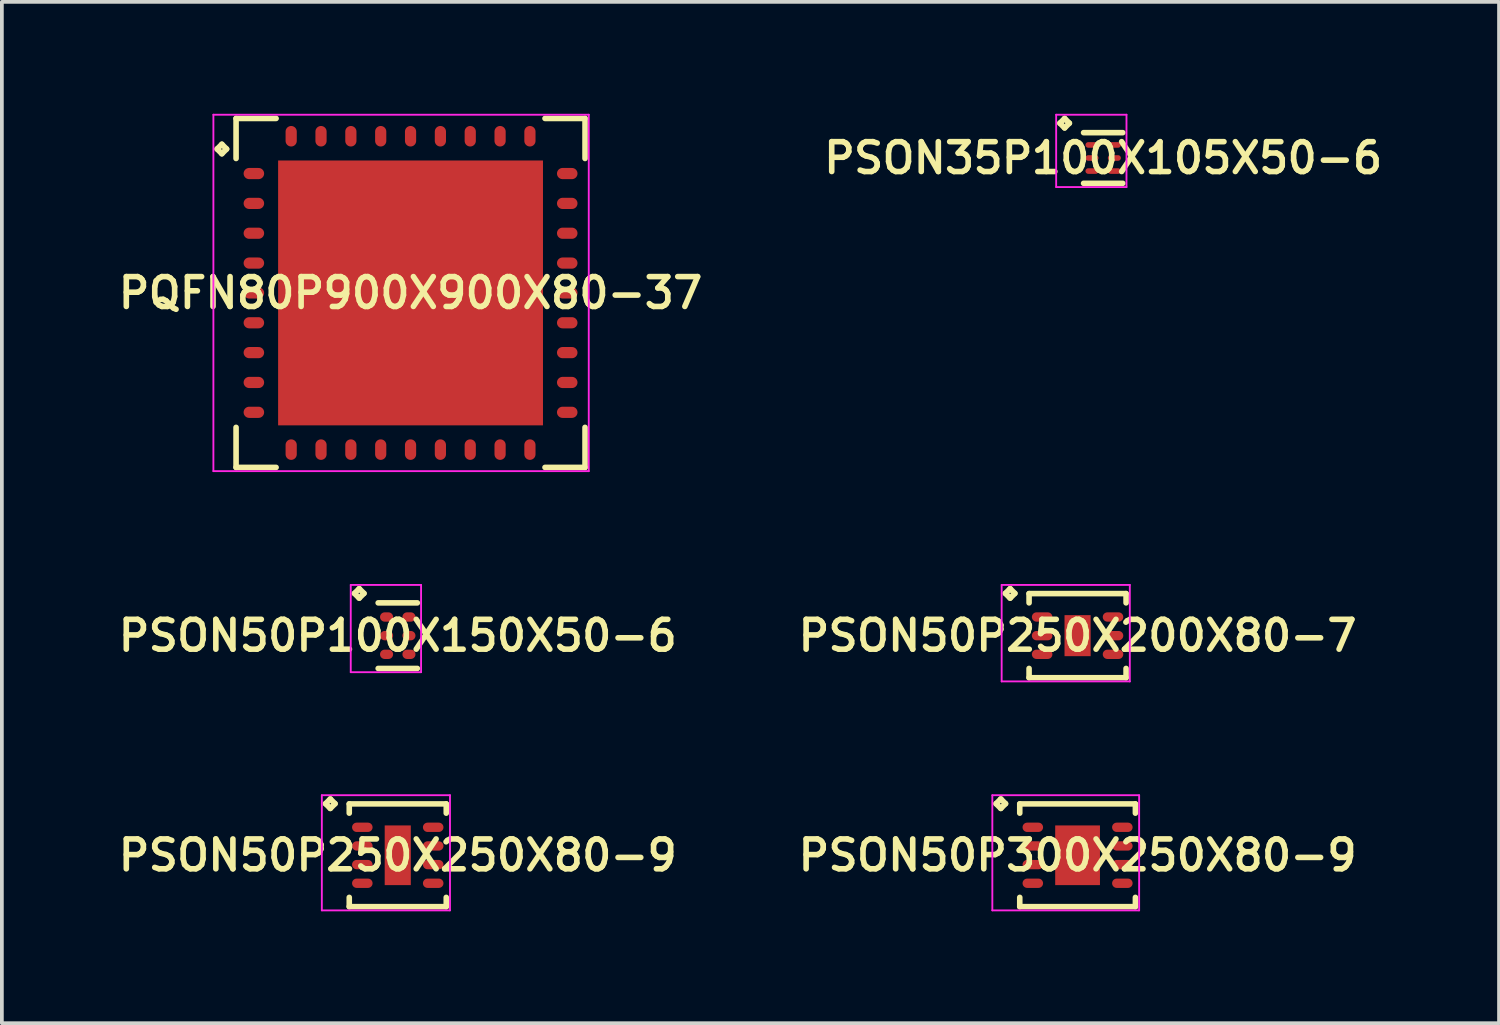
<source format=kicad_pcb>
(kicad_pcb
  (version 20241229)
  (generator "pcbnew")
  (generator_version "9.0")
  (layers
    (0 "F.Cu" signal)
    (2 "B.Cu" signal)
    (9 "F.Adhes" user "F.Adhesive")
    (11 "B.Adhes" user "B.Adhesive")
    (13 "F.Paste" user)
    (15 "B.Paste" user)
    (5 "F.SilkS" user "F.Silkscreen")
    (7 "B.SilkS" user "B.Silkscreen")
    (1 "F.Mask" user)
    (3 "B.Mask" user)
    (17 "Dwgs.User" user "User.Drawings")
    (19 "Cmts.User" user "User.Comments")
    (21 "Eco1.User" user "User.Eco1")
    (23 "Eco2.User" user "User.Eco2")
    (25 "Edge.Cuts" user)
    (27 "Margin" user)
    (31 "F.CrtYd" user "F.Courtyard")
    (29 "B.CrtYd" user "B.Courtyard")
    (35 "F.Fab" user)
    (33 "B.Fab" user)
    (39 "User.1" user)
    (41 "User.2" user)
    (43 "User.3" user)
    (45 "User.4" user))
  (footprint "PSON50P250X250X80-9"
    (layer "F.Cu")
    (at 7.612 19.876)
    (property "Reference" "PSON50P250X250X80-9" (at 0 0 0) (layer "F.SilkS") (effects (font (size 0.8 0.8) (thickness 0.15))))
    (attr smd)
    (fp_line (start -1.935 -1.383) (end -1.808 -1.51) (stroke (width 0.15) (type solid)) (layer "F.SilkS"))
    (fp_line (start -1.808 -1.51) (end -1.681 -1.383) (stroke (width 0.15) (type solid)) (layer "F.SilkS"))
    (fp_line (start -1.808 -1.256) (end -1.935 -1.383) (stroke (width 0.15) (type solid)) (layer "F.SilkS"))
    (fp_line (start -1.681 -1.383) (end -1.808 -1.256) (stroke (width 0.15) (type solid)) (layer "F.SilkS"))
    (fp_line (start -1.3 -1.377) (end 1.3 -1.377) (stroke (width 0.15) (type solid)) (layer "F.SilkS"))
    (fp_line (start -1.3 -1.129) (end -1.3 -1.377) (stroke (width 0.15) (type solid)) (layer "F.SilkS"))
    (fp_line (start -1.3 1.129) (end -1.3 1.377) (stroke (width 0.15) (type solid)) (layer "F.SilkS"))
    (fp_line (start -1.3 1.377) (end 1.3 1.377) (stroke (width 0.15) (type solid)) (layer "F.SilkS"))
    (fp_line (start 1.3 -1.377) (end 1.3 -1.129) (stroke (width 0.15) (type solid)) (layer "F.SilkS"))
    (fp_line (start 1.3 1.377) (end 1.3 1.129) (stroke (width 0.15) (type solid)) (layer "F.SilkS"))
    (fp_line (start -2.035 -1.61) (end 1.4 -1.61) (stroke (width 0.05) (type solid)) (layer "F.CrtYd"))
    (fp_line (start -2.035 1.477) (end -2.035 -1.61) (stroke (width 0.05) (type solid)) (layer "F.CrtYd"))
    (fp_line (start 1.4 -1.61) (end 1.4 1.477) (stroke (width 0.05) (type solid)) (layer "F.CrtYd"))
    (fp_line (start 1.4 1.477) (end -2.035 1.477) (stroke (width 0.05) (type solid)) (layer "F.CrtYd"))
    (pad "1" smd oval (at -0.95 -0.75) (size 0.55 0.25) (layers "F.Cu" "F.Mask" "F.Paste"))
    (pad "2" smd oval (at -0.95 -0.25) (size 0.55 0.25) (layers "F.Cu" "F.Mask" "F.Paste"))
    (pad "3" smd oval (at -0.95 0.25) (size 0.55 0.25) (layers "F.Cu" "F.Mask" "F.Paste"))
    (pad "4" smd oval (at -0.95 0.75) (size 0.55 0.25) (layers "F.Cu" "F.Mask" "F.Paste"))
    (pad "5" smd oval (at 0.95 0.75) (size 0.55 0.25) (layers "F.Cu" "F.Mask" "F.Paste"))
    (pad "6" smd oval (at 0.95 0.25) (size 0.55 0.25) (layers "F.Cu" "F.Mask" "F.Paste"))
    (pad "7" smd oval (at 0.95 -0.25) (size 0.55 0.25) (layers "F.Cu" "F.Mask" "F.Paste"))
    (pad "8" smd oval (at 0.95 -0.75) (size 0.55 0.25) (layers "F.Cu" "F.Mask" "F.Paste"))
    (pad "9" smd rect (at 0 0) (size 0.7 1.6) (layers "F.Cu" "F.Mask" "F.Paste")))
  (footprint "PSON50P100X150X50-6"
    (layer "F.Cu")
    (at 7.612 13.989)
    (property "Reference" "PSON50P100X150X50-6" (at 0 0 0) (layer "F.SilkS") (effects (font (size 0.8 0.8) (thickness 0.15))))
    (attr smd)
    (fp_line (start -1.16 -1.133) (end -1.033 -1.26) (stroke (width 0.15) (type solid)) (layer "F.SilkS"))
    (fp_line (start -1.033 -1.26) (end -0.906 -1.133) (stroke (width 0.15) (type solid)) (layer "F.SilkS"))
    (fp_line (start -1.033 -1.006) (end -1.16 -1.133) (stroke (width 0.15) (type solid)) (layer "F.SilkS"))
    (fp_line (start -0.906 -1.133) (end -1.033 -1.006) (stroke (width 0.15) (type solid)) (layer "F.SilkS"))
    (fp_line (start -0.525 -0.879) (end 0.525 -0.879) (stroke (width 0.15) (type solid)) (layer "F.SilkS"))
    (fp_line (start -0.525 0.879) (end 0.525 0.879) (stroke (width 0.15) (type solid)) (layer "F.SilkS"))
    (fp_line (start -1.26 -1.36) (end 0.625 -1.36) (stroke (width 0.05) (type solid)) (layer "F.CrtYd"))
    (fp_line (start -1.26 0.979) (end -1.26 -1.36) (stroke (width 0.05) (type solid)) (layer "F.CrtYd"))
    (fp_line (start 0.625 -1.36) (end 0.625 0.979) (stroke (width 0.05) (type solid)) (layer "F.CrtYd"))
    (fp_line (start 0.625 0.979) (end -1.26 0.979) (stroke (width 0.05) (type solid)) (layer "F.CrtYd"))
    (pad "1" smd oval (at -0.3 -0.5) (size 0.35 0.25) (layers "F.Cu" "F.Mask" "F.Paste"))
    (pad "2" smd oval (at -0.3 0) (size 0.35 0.25) (layers "F.Cu" "F.Mask" "F.Paste"))
    (pad "3" smd oval (at -0.3 0.5) (size 0.35 0.25) (layers "F.Cu" "F.Mask" "F.Paste"))
    (pad "4" smd oval (at 0.3 0.5) (size 0.35 0.25) (layers "F.Cu" "F.Mask" "F.Paste"))
    (pad "5" smd oval (at 0.3 0) (size 0.35 0.25) (layers "F.Cu" "F.Mask" "F.Paste"))
    (pad "6" smd oval (at 0.3 -0.5) (size 0.35 0.25) (layers "F.Cu" "F.Mask" "F.Paste")))
  (footprint "PSON50P250X200X80-7"
    (layer "F.Cu")
    (at 25.835 13.989)
    (property "Reference" "PSON50P250X200X80-7" (at 0 0 0) (layer "F.SilkS") (effects (font (size 0.8 0.8) (thickness 0.15))))
    (attr smd)
    (fp_line (start -1.935 -1.133) (end -1.808 -1.26) (stroke (width 0.15) (type solid)) (layer "F.SilkS"))
    (fp_line (start -1.808 -1.26) (end -1.681 -1.133) (stroke (width 0.15) (type solid)) (layer "F.SilkS"))
    (fp_line (start -1.808 -1.006) (end -1.935 -1.133) (stroke (width 0.15) (type solid)) (layer "F.SilkS"))
    (fp_line (start -1.681 -1.133) (end -1.808 -1.006) (stroke (width 0.15) (type solid)) (layer "F.SilkS"))
    (fp_line (start -1.3 -1.127) (end 1.3 -1.127) (stroke (width 0.15) (type solid)) (layer "F.SilkS"))
    (fp_line (start -1.3 -0.879) (end -1.3 -1.127) (stroke (width 0.15) (type solid)) (layer "F.SilkS"))
    (fp_line (start -1.3 0.879) (end -1.3 1.127) (stroke (width 0.15) (type solid)) (layer "F.SilkS"))
    (fp_line (start -1.3 1.127) (end 1.3 1.127) (stroke (width 0.15) (type solid)) (layer "F.SilkS"))
    (fp_line (start 1.3 -1.127) (end 1.3 -0.879) (stroke (width 0.15) (type solid)) (layer "F.SilkS"))
    (fp_line (start 1.3 1.127) (end 1.3 0.879) (stroke (width 0.15) (type solid)) (layer "F.SilkS"))
    (fp_line (start -2.035 -1.36) (end 1.4 -1.36) (stroke (width 0.05) (type solid)) (layer "F.CrtYd"))
    (fp_line (start -2.035 1.227) (end -2.035 -1.36) (stroke (width 0.05) (type solid)) (layer "F.CrtYd"))
    (fp_line (start 1.4 -1.36) (end 1.4 1.227) (stroke (width 0.05) (type solid)) (layer "F.CrtYd"))
    (fp_line (start 1.4 1.227) (end -2.035 1.227) (stroke (width 0.05) (type solid)) (layer "F.CrtYd"))
    (pad "1" smd oval (at -0.95 -0.5) (size 0.55 0.25) (layers "F.Cu" "F.Mask" "F.Paste"))
    (pad "2" smd oval (at -0.95 0) (size 0.55 0.25) (layers "F.Cu" "F.Mask" "F.Paste"))
    (pad "3" smd oval (at -0.95 0.5) (size 0.55 0.25) (layers "F.Cu" "F.Mask" "F.Paste"))
    (pad "4" smd oval (at 0.95 0.5) (size 0.55 0.25) (layers "F.Cu" "F.Mask" "F.Paste"))
    (pad "5" smd oval (at 0.95 0) (size 0.55 0.25) (layers "F.Cu" "F.Mask" "F.Paste"))
    (pad "6" smd oval (at 0.95 -0.5) (size 0.55 0.25) (layers "F.Cu" "F.Mask" "F.Paste"))
    (pad "7" smd rect (at 0 0) (size 0.7 1.1) (layers "F.Cu" "F.Mask" "F.Paste")))
  (footprint "PQFN80P900X900X80-37"
    (layer "F.Cu")
    (at 7.955 4.802)
    (property "Reference" "PQFN80P900X900X80-37" (at 0 0 0) (layer "F.SilkS") (effects (font (size 0.8 0.8) (thickness 0.15))))
    (attr smd)
    (fp_line (start -5.185 -3.858) (end -5.058 -3.985) (stroke (width 0.15) (type solid)) (layer "F.SilkS"))
    (fp_line (start -5.058 -3.985) (end -4.931 -3.858) (stroke (width 0.15) (type solid)) (layer "F.SilkS"))
    (fp_line (start -5.058 -3.731) (end -5.185 -3.858) (stroke (width 0.15) (type solid)) (layer "F.SilkS"))
    (fp_line (start -4.931 -3.858) (end -5.058 -3.731) (stroke (width 0.15) (type solid)) (layer "F.SilkS"))
    (fp_line (start -4.677 -4.677) (end -3.604 -4.677) (stroke (width 0.15) (type solid)) (layer "F.SilkS"))
    (fp_line (start -4.677 -3.604) (end -4.677 -4.677) (stroke (width 0.15) (type solid)) (layer "F.SilkS"))
    (fp_line (start -4.677 3.604) (end -4.677 4.677) (stroke (width 0.15) (type solid)) (layer "F.SilkS"))
    (fp_line (start -4.677 4.677) (end -3.604 4.677) (stroke (width 0.15) (type solid)) (layer "F.SilkS"))
    (fp_line (start 3.604 -4.677) (end 4.677 -4.677) (stroke (width 0.15) (type solid)) (layer "F.SilkS"))
    (fp_line (start 3.604 4.677) (end 4.677 4.677) (stroke (width 0.15) (type solid)) (layer "F.SilkS"))
    (fp_line (start 4.677 -4.677) (end 4.677 -3.604) (stroke (width 0.15) (type solid)) (layer "F.SilkS"))
    (fp_line (start 4.677 4.677) (end 4.677 3.604) (stroke (width 0.15) (type solid)) (layer "F.SilkS"))
    (fp_line (start -5.285 -4.777) (end 4.777 -4.777) (stroke (width 0.05) (type solid)) (layer "F.CrtYd"))
    (fp_line (start -5.285 4.777) (end -5.285 -4.777) (stroke (width 0.05) (type solid)) (layer "F.CrtYd"))
    (fp_line (start 4.777 -4.777) (end 4.777 4.777) (stroke (width 0.05) (type solid)) (layer "F.CrtYd"))
    (fp_line (start 4.777 4.777) (end -5.285 4.777) (stroke (width 0.05) (type solid)) (layer "F.CrtYd"))
    (pad "1" smd oval (at -4.2 -3.2) (size 0.55 0.3) (layers "F.Cu" "F.Mask" "F.Paste"))
    (pad "2" smd oval (at -4.2 -2.4) (size 0.55 0.3) (layers "F.Cu" "F.Mask" "F.Paste"))
    (pad "3" smd oval (at -4.2 -1.6) (size 0.55 0.3) (layers "F.Cu" "F.Mask" "F.Paste"))
    (pad "4" smd oval (at -4.2 -0.8) (size 0.55 0.3) (layers "F.Cu" "F.Mask" "F.Paste"))
    (pad "5" smd oval (at -4.2 0) (size 0.55 0.3) (layers "F.Cu" "F.Mask" "F.Paste"))
    (pad "6" smd oval (at -4.2 0.8) (size 0.55 0.3) (layers "F.Cu" "F.Mask" "F.Paste"))
    (pad "7" smd oval (at -4.2 1.6) (size 0.55 0.3) (layers "F.Cu" "F.Mask" "F.Paste"))
    (pad "8" smd oval (at -4.2 2.4) (size 0.55 0.3) (layers "F.Cu" "F.Mask" "F.Paste"))
    (pad "9" smd oval (at -4.2 3.2) (size 0.55 0.3) (layers "F.Cu" "F.Mask" "F.Paste"))
    (pad "10" smd oval (at -3.2 4.2) (size 0.3 0.55) (layers "F.Cu" "F.Mask" "F.Paste"))
    (pad "11" smd oval (at -2.4 4.2) (size 0.3 0.55) (layers "F.Cu" "F.Mask" "F.Paste"))
    (pad "12" smd oval (at -1.6 4.2) (size 0.3 0.55) (layers "F.Cu" "F.Mask" "F.Paste"))
    (pad "13" smd oval (at -0.8 4.2) (size 0.3 0.55) (layers "F.Cu" "F.Mask" "F.Paste"))
    (pad "14" smd oval (at 0 4.2) (size 0.3 0.55) (layers "F.Cu" "F.Mask" "F.Paste"))
    (pad "15" smd oval (at 0.8 4.2) (size 0.3 0.55) (layers "F.Cu" "F.Mask" "F.Paste"))
    (pad "16" smd oval (at 1.6 4.2) (size 0.3 0.55) (layers "F.Cu" "F.Mask" "F.Paste"))
    (pad "17" smd oval (at 2.4 4.2) (size 0.3 0.55) (layers "F.Cu" "F.Mask" "F.Paste"))
    (pad "18" smd oval (at 3.2 4.2) (size 0.3 0.55) (layers "F.Cu" "F.Mask" "F.Paste"))
    (pad "19" smd oval (at 4.2 3.2) (size 0.55 0.3) (layers "F.Cu" "F.Mask" "F.Paste"))
    (pad "20" smd oval (at 4.2 2.4) (size 0.55 0.3) (layers "F.Cu" "F.Mask" "F.Paste"))
    (pad "21" smd oval (at 4.2 1.6) (size 0.55 0.3) (layers "F.Cu" "F.Mask" "F.Paste"))
    (pad "22" smd oval (at 4.2 0.8) (size 0.55 0.3) (layers "F.Cu" "F.Mask" "F.Paste"))
    (pad "23" smd oval (at 4.2 0) (size 0.55 0.3) (layers "F.Cu" "F.Mask" "F.Paste"))
    (pad "24" smd oval (at 4.2 -0.8) (size 0.55 0.3) (layers "F.Cu" "F.Mask" "F.Paste"))
    (pad "25" smd oval (at 4.2 -1.6) (size 0.55 0.3) (layers "F.Cu" "F.Mask" "F.Paste"))
    (pad "26" smd oval (at 4.2 -2.4) (size 0.55 0.3) (layers "F.Cu" "F.Mask" "F.Paste"))
    (pad "27" smd oval (at 4.2 -3.2) (size 0.55 0.3) (layers "F.Cu" "F.Mask" "F.Paste"))
    (pad "28" smd oval (at 3.2 -4.2) (size 0.3 0.55) (layers "F.Cu" "F.Mask" "F.Paste"))
    (pad "29" smd oval (at 2.4 -4.2) (size 0.3 0.55) (layers "F.Cu" "F.Mask" "F.Paste"))
    (pad "30" smd oval (at 1.6 -4.2) (size 0.3 0.55) (layers "F.Cu" "F.Mask" "F.Paste"))
    (pad "31" smd oval (at 0.8 -4.2) (size 0.3 0.55) (layers "F.Cu" "F.Mask" "F.Paste"))
    (pad "32" smd oval (at 0 -4.2) (size 0.3 0.55) (layers "F.Cu" "F.Mask" "F.Paste"))
    (pad "33" smd oval (at -0.8 -4.2) (size 0.3 0.55) (layers "F.Cu" "F.Mask" "F.Paste"))
    (pad "34" smd oval (at -1.6 -4.2) (size 0.3 0.55) (layers "F.Cu" "F.Mask" "F.Paste"))
    (pad "35" smd oval (at -2.4 -4.2) (size 0.3 0.55) (layers "F.Cu" "F.Mask" "F.Paste"))
    (pad "36" smd oval (at -3.2 -4.2) (size 0.3 0.55) (layers "F.Cu" "F.Mask" "F.Paste"))
    (pad "37" smd rect (at 0 0) (size 7.1 7.1) (layers "F.Cu" "F.Mask" "F.Paste")))
  (footprint "PSON50P300X250X80-9"
    (layer "F.Cu")
    (at 25.835 19.876)
    (property "Reference" "PSON50P300X250X80-9" (at 0 0 0) (layer "F.SilkS") (effects (font (size 0.8 0.8) (thickness 0.15))))
    (attr smd)
    (fp_line (start -2.185 -1.383) (end -2.058 -1.51) (stroke (width 0.15) (type solid)) (layer "F.SilkS"))
    (fp_line (start -2.058 -1.51) (end -1.931 -1.383) (stroke (width 0.15) (type solid)) (layer "F.SilkS"))
    (fp_line (start -2.058 -1.256) (end -2.185 -1.383) (stroke (width 0.15) (type solid)) (layer "F.SilkS"))
    (fp_line (start -1.931 -1.383) (end -2.058 -1.256) (stroke (width 0.15) (type solid)) (layer "F.SilkS"))
    (fp_line (start -1.55 -1.377) (end 1.55 -1.377) (stroke (width 0.15) (type solid)) (layer "F.SilkS"))
    (fp_line (start -1.55 -1.129) (end -1.55 -1.377) (stroke (width 0.15) (type solid)) (layer "F.SilkS"))
    (fp_line (start -1.55 1.129) (end -1.55 1.377) (stroke (width 0.15) (type solid)) (layer "F.SilkS"))
    (fp_line (start -1.55 1.377) (end 1.55 1.377) (stroke (width 0.15) (type solid)) (layer "F.SilkS"))
    (fp_line (start 1.55 -1.377) (end 1.55 -1.129) (stroke (width 0.15) (type solid)) (layer "F.SilkS"))
    (fp_line (start 1.55 1.377) (end 1.55 1.129) (stroke (width 0.15) (type solid)) (layer "F.SilkS"))
    (fp_line (start -2.285 -1.61) (end 1.65 -1.61) (stroke (width 0.05) (type solid)) (layer "F.CrtYd"))
    (fp_line (start -2.285 1.477) (end -2.285 -1.61) (stroke (width 0.05) (type solid)) (layer "F.CrtYd"))
    (fp_line (start 1.65 -1.61) (end 1.65 1.477) (stroke (width 0.05) (type solid)) (layer "F.CrtYd"))
    (fp_line (start 1.65 1.477) (end -2.285 1.477) (stroke (width 0.05) (type solid)) (layer "F.CrtYd"))
    (pad "1" smd oval (at -1.2 -0.75) (size 0.55 0.25) (layers "F.Cu" "F.Mask" "F.Paste"))
    (pad "2" smd oval (at -1.2 -0.25) (size 0.55 0.25) (layers "F.Cu" "F.Mask" "F.Paste"))
    (pad "3" smd oval (at -1.2 0.25) (size 0.55 0.25) (layers "F.Cu" "F.Mask" "F.Paste"))
    (pad "4" smd oval (at -1.2 0.75) (size 0.55 0.25) (layers "F.Cu" "F.Mask" "F.Paste"))
    (pad "5" smd oval (at 1.2 0.75) (size 0.55 0.25) (layers "F.Cu" "F.Mask" "F.Paste"))
    (pad "6" smd oval (at 1.2 0.25) (size 0.55 0.25) (layers "F.Cu" "F.Mask" "F.Paste"))
    (pad "7" smd oval (at 1.2 -0.25) (size 0.55 0.25) (layers "F.Cu" "F.Mask" "F.Paste"))
    (pad "8" smd oval (at 1.2 -0.75) (size 0.55 0.25) (layers "F.Cu" "F.Mask" "F.Paste"))
    (pad "9" smd rect (at 0 0) (size 1.2 1.6) (layers "F.Cu" "F.Mask" "F.Paste")))
  (footprint "PSON35P100X105X50-6"
    (layer "F.Cu")
    (at 26.521 1.185)
    (property "Reference" "PSON35P100X105X50-6" (at 0 0 0) (layer "F.SilkS") (effects (font (size 0.8 0.8) (thickness 0.15))))
    (attr smd)
    (fp_line (start -1.16 -0.933) (end -1.033 -1.06) (stroke (width 0.15) (type solid)) (layer "F.SilkS"))
    (fp_line (start -1.033 -1.06) (end -0.906 -0.933) (stroke (width 0.15) (type solid)) (layer "F.SilkS"))
    (fp_line (start -1.033 -0.806) (end -1.16 -0.933) (stroke (width 0.15) (type solid)) (layer "F.SilkS"))
    (fp_line (start -0.906 -0.933) (end -1.033 -0.806) (stroke (width 0.15) (type solid)) (layer "F.SilkS"))
    (fp_line (start -0.525 -0.679) (end 0.525 -0.679) (stroke (width 0.15) (type solid)) (layer "F.SilkS"))
    (fp_line (start -0.525 0.679) (end 0.525 0.679) (stroke (width 0.15) (type solid)) (layer "F.SilkS"))
    (fp_line (start -1.26 -1.16) (end 0.625 -1.16) (stroke (width 0.05) (type solid)) (layer "F.CrtYd"))
    (fp_line (start -1.26 0.779) (end -1.26 -1.16) (stroke (width 0.05) (type solid)) (layer "F.CrtYd"))
    (fp_line (start 0.625 -1.16) (end 0.625 0.779) (stroke (width 0.05) (type solid)) (layer "F.CrtYd"))
    (fp_line (start 0.625 0.779) (end -1.26 0.779) (stroke (width 0.05) (type solid)) (layer "F.CrtYd"))
    (pad "1" smd oval (at -0.3 -0.35) (size 0.35 0.15) (layers "F.Cu" "F.Mask" "F.Paste"))
    (pad "2" smd oval (at -0.3 0) (size 0.35 0.15) (layers "F.Cu" "F.Mask" "F.Paste"))
    (pad "3" smd oval (at -0.3 0.35) (size 0.35 0.15) (layers "F.Cu" "F.Mask" "F.Paste"))
    (pad "4" smd oval (at 0.3 0.35) (size 0.35 0.15) (layers "F.Cu" "F.Mask" "F.Paste"))
    (pad "5" smd oval (at 0.3 0) (size 0.35 0.15) (layers "F.Cu" "F.Mask" "F.Paste"))
    (pad "6" smd oval (at 0.3 -0.35) (size 0.35 0.15) (layers "F.Cu" "F.Mask" "F.Paste")))
  (gr_rect
    (start -3 -3)
    (end 37.132 24.378)
    (stroke (width 0.1) (type default))
    (fill no)
    (layer "Edge.Cuts")))
</source>
